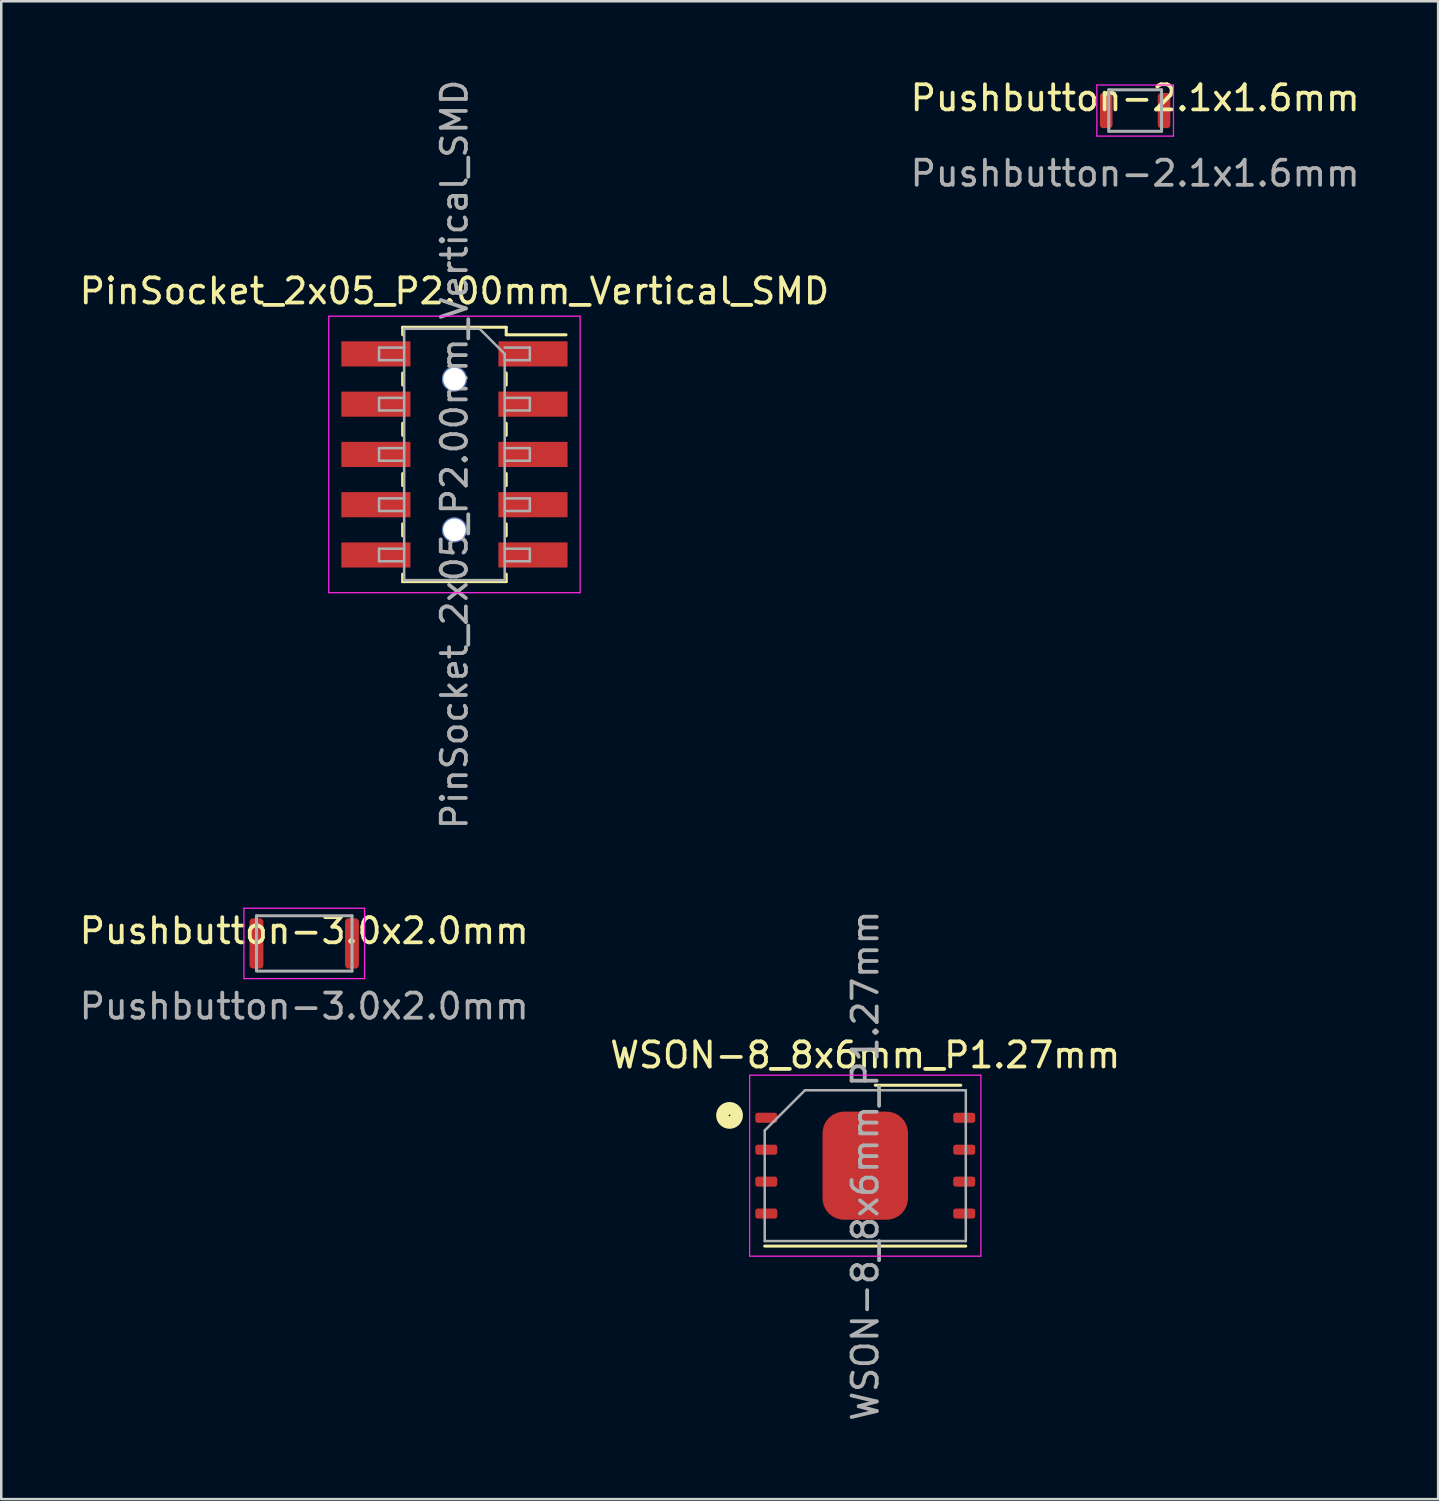
<source format=kicad_pcb>
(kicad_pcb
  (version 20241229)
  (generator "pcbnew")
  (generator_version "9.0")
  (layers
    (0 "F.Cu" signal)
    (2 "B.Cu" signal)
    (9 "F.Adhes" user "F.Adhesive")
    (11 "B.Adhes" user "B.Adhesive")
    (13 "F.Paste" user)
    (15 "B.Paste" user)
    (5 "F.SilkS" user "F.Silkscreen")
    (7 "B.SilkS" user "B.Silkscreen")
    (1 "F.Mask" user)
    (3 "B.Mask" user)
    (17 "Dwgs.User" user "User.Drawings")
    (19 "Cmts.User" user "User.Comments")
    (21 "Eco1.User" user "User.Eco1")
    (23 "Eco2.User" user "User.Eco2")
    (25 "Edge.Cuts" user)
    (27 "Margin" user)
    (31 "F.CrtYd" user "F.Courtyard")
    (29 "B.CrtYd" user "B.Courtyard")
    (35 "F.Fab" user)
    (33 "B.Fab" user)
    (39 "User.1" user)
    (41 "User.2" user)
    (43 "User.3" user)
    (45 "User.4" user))
  (footprint "Pushbutton-2.1x1.6mm"
    (layer "F.Cu")
    (at 42.113 1.348)
    (property "Reference" "Pushbutton-2.1x1.6mm" (at 0 -0.5 0) (unlocked yes) (layer "F.SilkS") (effects (font (size 1 1) (thickness 0.15))))
    (attr smd)
    (fp_line (start -1.524 -1.016) (end 1.524 -1.016) (stroke (width 0.05) (type solid)) (layer "F.CrtYd"))
    (fp_line (start -1.524 1.016) (end -1.524 -1.016) (stroke (width 0.05) (type solid)) (layer "F.CrtYd"))
    (fp_line (start 1.524 -1.016) (end 1.524 1.016) (stroke (width 0.05) (type solid)) (layer "F.CrtYd"))
    (fp_line (start 1.524 1.016) (end -1.524 1.016) (stroke (width 0.05) (type solid)) (layer "F.CrtYd"))
    (fp_line (start -1.05 -0.825) (end -1.05 0.825) (stroke (width 0.12) (type solid)) (layer "F.Fab"))
    (fp_line (start -1.05 -0.825) (end 1.05 -0.825) (stroke (width 0.12) (type solid)) (layer "F.Fab"))
    (fp_line (start -1.05 0.825) (end 1.05 0.825) (stroke (width 0.12) (type solid)) (layer "F.Fab"))
    (fp_line (start 1.05 0.825) (end 1.05 -0.825) (stroke (width 0.12) (type solid)) (layer "F.Fab"))
    (fp_text user "${REFERENCE}" (at 0 2.5 0) (unlocked yes) (layer "F.Fab") (effects (font (size 1 1) (thickness 0.15))))
    (pad "1" smd roundrect (at -1.15 0) (size 0.5 1.4) (layers "F.Cu" "F.Mask" "F.Paste") (roundrect_rratio 0.25))
    (pad "2" smd roundrect (at 1.15 0) (size 0.5 1.4) (layers "F.Cu" "F.Mask" "F.Paste") (roundrect_rratio 0.25)))
  (footprint "PinSocket_2x05_P2.00mm_Vertical_SMD"
    (layer "F.Cu")
    (at 15.03 15.03)
    (property "Reference" "PinSocket_2x05_P2.00mm_Vertical_SMD" (at 0 -6.5 0) (layer "F.SilkS") (effects (font (size 1 1) (thickness 0.15))))
    (attr smd)
    (fp_line (start -2.06 -5.06) (end -2.06 -4.76) (stroke (width 0.12) (type solid)) (layer "F.SilkS"))
    (fp_line (start -2.06 -5.06) (end 2.06 -5.06) (stroke (width 0.12) (type solid)) (layer "F.SilkS"))
    (fp_line (start -2.06 -3.24) (end -2.06 -2.76) (stroke (width 0.12) (type solid)) (layer "F.SilkS"))
    (fp_line (start -2.06 -1.24) (end -2.06 -0.76) (stroke (width 0.12) (type solid)) (layer "F.SilkS"))
    (fp_line (start -2.06 0.76) (end -2.06 1.24) (stroke (width 0.12) (type solid)) (layer "F.SilkS"))
    (fp_line (start -2.06 2.76) (end -2.06 3.24) (stroke (width 0.12) (type solid)) (layer "F.SilkS"))
    (fp_line (start -2.06 4.76) (end -2.06 5.06) (stroke (width 0.12) (type solid)) (layer "F.SilkS"))
    (fp_line (start -2.06 5.06) (end 2.06 5.06) (stroke (width 0.12) (type solid)) (layer "F.SilkS"))
    (fp_line (start 2.06 -5.06) (end 2.06 -4.76) (stroke (width 0.12) (type solid)) (layer "F.SilkS"))
    (fp_line (start 2.06 -4.76) (end 4.44 -4.76) (stroke (width 0.12) (type solid)) (layer "F.SilkS"))
    (fp_line (start 2.06 -3.24) (end 2.06 -2.76) (stroke (width 0.12) (type solid)) (layer "F.SilkS"))
    (fp_line (start 2.06 -1.24) (end 2.06 -0.76) (stroke (width 0.12) (type solid)) (layer "F.SilkS"))
    (fp_line (start 2.06 0.76) (end 2.06 1.24) (stroke (width 0.12) (type solid)) (layer "F.SilkS"))
    (fp_line (start 2.06 2.76) (end 2.06 3.24) (stroke (width 0.12) (type solid)) (layer "F.SilkS"))
    (fp_line (start 2.06 4.76) (end 2.06 5.06) (stroke (width 0.12) (type solid)) (layer "F.SilkS"))
    (fp_line (start -5 -5.5) (end 5 -5.5) (stroke (width 0.05) (type solid)) (layer "F.CrtYd"))
    (fp_line (start -5 5.5) (end -5 -5.5) (stroke (width 0.05) (type solid)) (layer "F.CrtYd"))
    (fp_line (start 5 -5.5) (end 5 5.5) (stroke (width 0.05) (type solid)) (layer "F.CrtYd"))
    (fp_line (start 5 5.5) (end -5 5.5) (stroke (width 0.05) (type solid)) (layer "F.CrtYd"))
    (fp_line (start -3 -4.25) (end -2 -4.25) (stroke (width 0.1) (type solid)) (layer "F.Fab"))
    (fp_line (start -3 -3.75) (end -3 -4.25) (stroke (width 0.1) (type solid)) (layer "F.Fab"))
    (fp_line (start -3 -2.25) (end -2 -2.25) (stroke (width 0.1) (type solid)) (layer "F.Fab"))
    (fp_line (start -3 -1.75) (end -3 -2.25) (stroke (width 0.1) (type solid)) (layer "F.Fab"))
    (fp_line (start -3 -0.25) (end -2 -0.25) (stroke (width 0.1) (type solid)) (layer "F.Fab"))
    (fp_line (start -3 0.25) (end -3 -0.25) (stroke (width 0.1) (type solid)) (layer "F.Fab"))
    (fp_line (start -3 1.75) (end -2 1.75) (stroke (width 0.1) (type solid)) (layer "F.Fab"))
    (fp_line (start -3 2.25) (end -3 1.75) (stroke (width 0.1) (type solid)) (layer "F.Fab"))
    (fp_line (start -3 3.75) (end -2 3.75) (stroke (width 0.1) (type solid)) (layer "F.Fab"))
    (fp_line (start -3 4.25) (end -3 3.75) (stroke (width 0.1) (type solid)) (layer "F.Fab"))
    (fp_line (start -2 -5) (end 1 -5) (stroke (width 0.1) (type solid)) (layer "F.Fab"))
    (fp_line (start -2 -3.75) (end -3 -3.75) (stroke (width 0.1) (type solid)) (layer "F.Fab"))
    (fp_line (start -2 -1.75) (end -3 -1.75) (stroke (width 0.1) (type solid)) (layer "F.Fab"))
    (fp_line (start -2 0.25) (end -3 0.25) (stroke (width 0.1) (type solid)) (layer "F.Fab"))
    (fp_line (start -2 2.25) (end -3 2.25) (stroke (width 0.1) (type solid)) (layer "F.Fab"))
    (fp_line (start -2 4.25) (end -3 4.25) (stroke (width 0.1) (type solid)) (layer "F.Fab"))
    (fp_line (start -2 5) (end -2 -5) (stroke (width 0.1) (type solid)) (layer "F.Fab"))
    (fp_line (start 1 -5) (end 2 -4) (stroke (width 0.1) (type solid)) (layer "F.Fab"))
    (fp_line (start 2 -4.25) (end 3 -4.25) (stroke (width 0.1) (type solid)) (layer "F.Fab"))
    (fp_line (start 2 -4) (end 2 5) (stroke (width 0.1) (type solid)) (layer "F.Fab"))
    (fp_line (start 2 -2.25) (end 3 -2.25) (stroke (width 0.1) (type solid)) (layer "F.Fab"))
    (fp_line (start 2 -0.25) (end 3 -0.25) (stroke (width 0.1) (type solid)) (layer "F.Fab"))
    (fp_line (start 2 1.75) (end 3 1.75) (stroke (width 0.1) (type solid)) (layer "F.Fab"))
    (fp_line (start 2 3.75) (end 3 3.75) (stroke (width 0.1) (type solid)) (layer "F.Fab"))
    (fp_line (start 2 5) (end -2 5) (stroke (width 0.1) (type solid)) (layer "F.Fab"))
    (fp_line (start 3 -4.25) (end 3 -3.75) (stroke (width 0.1) (type solid)) (layer "F.Fab"))
    (fp_line (start 3 -3.75) (end 2 -3.75) (stroke (width 0.1) (type solid)) (layer "F.Fab"))
    (fp_line (start 3 -2.25) (end 3 -1.75) (stroke (width 0.1) (type solid)) (layer "F.Fab"))
    (fp_line (start 3 -1.75) (end 2 -1.75) (stroke (width 0.1) (type solid)) (layer "F.Fab"))
    (fp_line (start 3 -0.25) (end 3 0.25) (stroke (width 0.1) (type solid)) (layer "F.Fab"))
    (fp_line (start 3 0.25) (end 2 0.25) (stroke (width 0.1) (type solid)) (layer "F.Fab"))
    (fp_line (start 3 1.75) (end 3 2.25) (stroke (width 0.1) (type solid)) (layer "F.Fab"))
    (fp_line (start 3 2.25) (end 2 2.25) (stroke (width 0.1) (type solid)) (layer "F.Fab"))
    (fp_line (start 3 3.75) (end 3 4.25) (stroke (width 0.1) (type solid)) (layer "F.Fab"))
    (fp_line (start 3 4.25) (end 2 4.25) (stroke (width 0.1) (type solid)) (layer "F.Fab"))
    (fp_text user "${REFERENCE}" (at 0 0 90) (layer "F.Fab") (effects (font (size 1 1) (thickness 0.15))))
    (pad "" np_thru_hole circle (at 0 -3) (size 1 1) (drill 0.9) (layers "*.Cu" "*.Mask"))
    (pad "" np_thru_hole circle (at 0 3) (size 1 1) (drill 0.9) (layers "*.Cu" "*.Mask"))
    (pad "1" smd rect (at 3.125 -4) (size 2.75 1) (layers "F.Cu" "F.Mask" "F.Paste"))
    (pad "2" smd rect (at -3.125 -4) (size 2.75 1) (layers "F.Cu" "F.Mask" "F.Paste"))
    (pad "3" smd rect (at 3.125 -2) (size 2.75 1) (layers "F.Cu" "F.Mask" "F.Paste"))
    (pad "4" smd rect (at -3.125 -2) (size 2.75 1) (layers "F.Cu" "F.Mask" "F.Paste"))
    (pad "5" smd rect (at 3.125 0) (size 2.75 1) (layers "F.Cu" "F.Mask" "F.Paste"))
    (pad "6" smd rect (at -3.125 0) (size 2.75 1) (layers "F.Cu" "F.Mask" "F.Paste"))
    (pad "7" smd rect (at 3.125 2) (size 2.75 1) (layers "F.Cu" "F.Mask" "F.Paste"))
    (pad "8" smd rect (at -3.125 2) (size 2.75 1) (layers "F.Cu" "F.Mask" "F.Paste"))
    (pad "9" smd rect (at 3.125 4) (size 2.75 1) (layers "F.Cu" "F.Mask" "F.Paste"))
    (pad "10" smd rect (at -3.125 4) (size 2.75 1) (layers "F.Cu" "F.Mask" "F.Paste")))
  (footprint "Pushbutton-3.0x2.0mm"
    (layer "F.Cu")
    (at 9.054 34.485)
    (property "Reference" "Pushbutton-3.0x2.0mm" (at 0 -0.5 0) (unlocked yes) (layer "F.SilkS") (effects (font (size 1 1) (thickness 0.15))))
    (attr smd)
    (fp_line (start -2.4 -1.4) (end 2.4 -1.4) (stroke (width 0.05) (type solid)) (layer "F.CrtYd"))
    (fp_line (start -2.4 1.4) (end -2.4 -1.4) (stroke (width 0.05) (type solid)) (layer "F.CrtYd"))
    (fp_line (start 2.4 -1.4) (end 2.4 1.4) (stroke (width 0.05) (type solid)) (layer "F.CrtYd"))
    (fp_line (start 2.4 1.4) (end -2.4 1.4) (stroke (width 0.05) (type solid)) (layer "F.CrtYd"))
    (fp_line (start -1.9 -1.1) (end -1.9 1.067) (stroke (width 0.12) (type solid)) (layer "F.Fab"))
    (fp_line (start -1.9 -1.1) (end 1.9 -1.1) (stroke (width 0.12) (type solid)) (layer "F.Fab"))
    (fp_line (start -1.9 1.1) (end 1.9 1.1) (stroke (width 0.12) (type solid)) (layer "F.Fab"))
    (fp_line (start 1.9 1.1) (end 1.9 -1.1) (stroke (width 0.12) (type solid)) (layer "F.Fab"))
    (fp_text user "${REFERENCE}" (at 0 2.5 0) (unlocked yes) (layer "F.Fab") (effects (font (size 1 1) (thickness 0.15))))
    (pad "1" smd roundrect (at -1.9 0) (size 0.55 2) (layers "F.Cu" "F.Mask" "F.Paste") (roundrect_rratio 0.25))
    (pad "2" smd roundrect (at 1.9 0) (size 0.55 2) (layers "F.Cu" "F.Mask" "F.Paste") (roundrect_rratio 0.25)))
  (footprint "WSON-8_8x6mm_P1.27mm"
    (layer "F.Cu")
    (at 31.375 43.327)
    (property "Reference" "WSON-8_8x6mm_P1.27mm" (at 0 -4.4 0) (layer "F.SilkS") (effects (font (size 1 1) (thickness 0.15))))
    (property "Value" "${VALUE}" (at 0 2 0) (layer "F.Fab") (hide yes) (effects (font (size 1 1) (thickness 0.15))))
    (attr smd)
    (fp_line (start -4 3.2) (end 4 3.2) (stroke (width 0.12) (type solid)) (layer "F.SilkS"))
    (fp_line (start 0.4 -3.2) (end 3.8 -3.2) (stroke (width 0.12) (type solid)) (layer "F.SilkS"))
    (fp_circle (center -5.4 -2) (end -5.117 -2) (stroke (width 0.5) (type solid)) (fill no) (layer "F.SilkS"))
    (fp_line (start -4.6 -3.6) (end -4.6 3.6) (stroke (width 0.05) (type solid)) (layer "F.CrtYd"))
    (fp_line (start -4.6 3.6) (end 4.6 3.6) (stroke (width 0.05) (type solid)) (layer "F.CrtYd"))
    (fp_line (start 4.6 -3.6) (end -4.6 -3.6) (stroke (width 0.05) (type solid)) (layer "F.CrtYd"))
    (fp_line (start 4.6 3.6) (end 4.6 -3.6) (stroke (width 0.05) (type solid)) (layer "F.CrtYd"))
    (fp_line (start -4 -1.4) (end -2.4 -3) (stroke (width 0.1) (type solid)) (layer "F.Fab"))
    (fp_line (start -4 3) (end -4 -1.4) (stroke (width 0.1) (type solid)) (layer "F.Fab"))
    (fp_line (start -2.4 -3) (end 4 -3) (stroke (width 0.1) (type solid)) (layer "F.Fab"))
    (fp_line (start 4 -3) (end 4 3) (stroke (width 0.1) (type solid)) (layer "F.Fab"))
    (fp_line (start 4 3) (end -4 3) (stroke (width 0.1) (type solid)) (layer "F.Fab"))
    (fp_text user "${REFERENCE}" (at 0 0 90) (layer "F.Fab") (effects (font (size 1 1) (thickness 0.15))))
    (pad "1" smd roundrect (at -3.937 -1.905) (size 0.875 0.4) (layers "F.Cu" "F.Mask" "F.Paste") (roundrect_rratio 0.25))
    (pad "2" smd roundrect (at -3.937 -0.635) (size 0.875 0.4) (layers "F.Cu" "F.Mask" "F.Paste") (roundrect_rratio 0.25))
    (pad "3" smd roundrect (at -3.937 0.635) (size 0.875 0.4) (layers "F.Cu" "F.Mask" "F.Paste") (roundrect_rratio 0.25))
    (pad "4" smd roundrect (at -3.937 1.905) (size 0.875 0.4) (layers "F.Cu" "F.Mask" "F.Paste") (roundrect_rratio 0.25))
    (pad "5" smd roundrect (at 3.937 1.905) (size 0.875 0.4) (layers "F.Cu" "F.Mask" "F.Paste") (roundrect_rratio 0.25))
    (pad "6" smd roundrect (at 3.937 0.635) (size 0.875 0.4) (layers "F.Cu" "F.Mask" "F.Paste") (roundrect_rratio 0.25))
    (pad "7" smd roundrect (at 3.937 -0.635) (size 0.875 0.4) (layers "F.Cu" "F.Mask" "F.Paste") (roundrect_rratio 0.25))
    (pad "8" smd roundrect (at 3.937 -1.905) (size 0.875 0.4) (layers "F.Cu" "F.Mask" "F.Paste") (roundrect_rratio 0.25))
    (pad "9" smd roundrect (at 0 0) (size 3.4 4.3) (layers "F.Cu" "F.Mask" "F.Paste") (roundrect_rratio 0.25)))
  (gr_rect
    (start -3 -3)
    (end 54.167 56.595)
    (stroke (width 0.1) (type default))
    (fill no)
    (layer "Edge.Cuts")))
</source>
